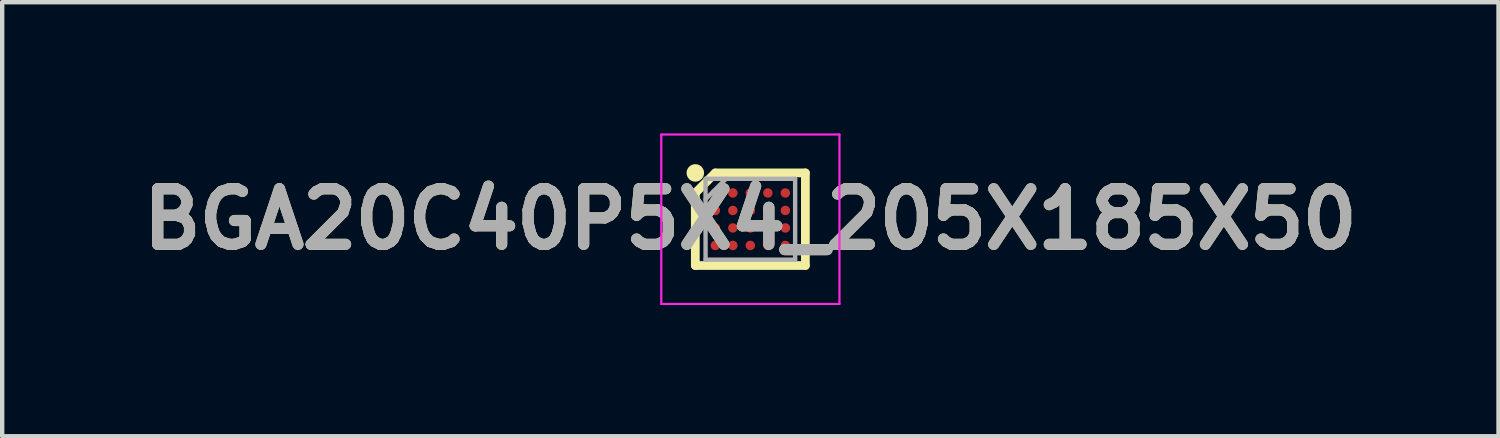
<source format=kicad_pcb>
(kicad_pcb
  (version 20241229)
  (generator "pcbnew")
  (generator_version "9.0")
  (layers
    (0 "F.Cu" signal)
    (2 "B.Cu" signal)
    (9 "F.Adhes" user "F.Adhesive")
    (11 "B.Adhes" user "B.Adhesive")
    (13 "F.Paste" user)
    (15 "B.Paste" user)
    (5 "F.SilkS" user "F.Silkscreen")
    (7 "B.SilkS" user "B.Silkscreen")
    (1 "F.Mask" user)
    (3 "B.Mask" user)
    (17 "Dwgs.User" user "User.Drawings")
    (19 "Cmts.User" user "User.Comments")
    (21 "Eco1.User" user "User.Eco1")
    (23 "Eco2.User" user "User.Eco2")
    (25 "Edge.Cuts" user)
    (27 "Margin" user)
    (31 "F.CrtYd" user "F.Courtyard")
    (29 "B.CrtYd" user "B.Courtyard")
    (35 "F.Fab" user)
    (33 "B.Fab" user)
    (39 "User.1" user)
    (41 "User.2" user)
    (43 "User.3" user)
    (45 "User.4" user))
  (footprint "BGA20C40P5X4_205X185X50"
    (layer "F.Cu")
    (at 14.103 1.961)
    (property "Reference" "BGA20C40P5X4_205X185X50" (at 0 0 0) (layer "F.SilkS") (effects (font (size 1.27 1.27) (thickness 0.254))))
    (attr smd)
    (fp_line (start -1.258 -0.6) (end -0.8 -1.058) (stroke (width 0.2) (type solid)) (layer "F.SilkS"))
    (fp_line (start -1.258 1.058) (end -1.258 -0.6) (stroke (width 0.2) (type solid)) (layer "F.SilkS"))
    (fp_line (start -0.8 -1.058) (end 1.258 -1.058) (stroke (width 0.2) (type solid)) (layer "F.SilkS"))
    (fp_line (start 1.258 -1.058) (end 1.258 1.058) (stroke (width 0.2) (type solid)) (layer "F.SilkS"))
    (fp_line (start 1.258 1.058) (end -1.258 1.058) (stroke (width 0.2) (type solid)) (layer "F.SilkS"))
    (fp_circle (center -1.258 -1.058) (end -1.258 -0.958) (stroke (width 0.2) (type solid)) (fill no) (layer "F.SilkS"))
    (fp_line (start -2.036 -1.936) (end 2.037 -1.936) (stroke (width 0.05) (type solid)) (layer "F.CrtYd"))
    (fp_line (start -2.036 1.937) (end -2.036 -1.936) (stroke (width 0.05) (type solid)) (layer "F.CrtYd"))
    (fp_line (start 2.037 -1.936) (end 2.037 1.937) (stroke (width 0.05) (type solid)) (layer "F.CrtYd"))
    (fp_line (start 2.037 1.937) (end -2.036 1.937) (stroke (width 0.05) (type solid)) (layer "F.CrtYd"))
    (fp_line (start -1.024 -0.924) (end 1.024 -0.924) (stroke (width 0.1) (type solid)) (layer "F.Fab"))
    (fp_line (start -1.024 -0.456) (end -0.556 -0.924) (stroke (width 0.1) (type solid)) (layer "F.Fab"))
    (fp_line (start -1.024 0.924) (end -1.024 -0.924) (stroke (width 0.1) (type solid)) (layer "F.Fab"))
    (fp_line (start 1.024 -0.924) (end 1.024 0.924) (stroke (width 0.1) (type solid)) (layer "F.Fab"))
    (fp_line (start 1.024 0.924) (end -1.024 0.924) (stroke (width 0.1) (type solid)) (layer "F.Fab"))
    (fp_text user "${REFERENCE}" (at 0 0 0) (layer "F.Fab") (effects (font (size 1.27 1.27) (thickness 0.254))))
    (pad "A1" smd circle (at -0.8 -0.6 90) (size 0.216 0.216) (layers "F.Cu" "F.Mask" "F.Paste"))
    (pad "A2" smd circle (at -0.4 -0.6 90) (size 0.216 0.216) (layers "F.Cu" "F.Mask" "F.Paste"))
    (pad "A3" smd circle (at 0 -0.6 90) (size 0.216 0.216) (layers "F.Cu" "F.Mask" "F.Paste"))
    (pad "A4" smd circle (at 0.4 -0.6 90) (size 0.216 0.216) (layers "F.Cu" "F.Mask" "F.Paste"))
    (pad "A5" smd circle (at 0.8 -0.6 90) (size 0.216 0.216) (layers "F.Cu" "F.Mask" "F.Paste"))
    (pad "B1" smd circle (at -0.8 -0.2 90) (size 0.216 0.216) (layers "F.Cu" "F.Mask" "F.Paste"))
    (pad "B2" smd circle (at -0.4 -0.2 90) (size 0.216 0.216) (layers "F.Cu" "F.Mask" "F.Paste"))
    (pad "B3" smd circle (at 0 -0.2 90) (size 0.216 0.216) (layers "F.Cu" "F.Mask" "F.Paste"))
    (pad "B4" smd circle (at 0.4 -0.2 90) (size 0.216 0.216) (layers "F.Cu" "F.Mask" "F.Paste"))
    (pad "B5" smd circle (at 0.8 -0.2 90) (size 0.216 0.216) (layers "F.Cu" "F.Mask" "F.Paste"))
    (pad "C1" smd circle (at -0.8 0.2 90) (size 0.216 0.216) (layers "F.Cu" "F.Mask" "F.Paste"))
    (pad "C2" smd circle (at -0.4 0.2 90) (size 0.216 0.216) (layers "F.Cu" "F.Mask" "F.Paste"))
    (pad "C3" smd circle (at 0 0.2 90) (size 0.216 0.216) (layers "F.Cu" "F.Mask" "F.Paste"))
    (pad "C4" smd circle (at 0.4 0.2 90) (size 0.216 0.216) (layers "F.Cu" "F.Mask" "F.Paste"))
    (pad "C5" smd circle (at 0.8 0.2 90) (size 0.216 0.216) (layers "F.Cu" "F.Mask" "F.Paste"))
    (pad "D1" smd circle (at -0.8 0.6 90) (size 0.216 0.216) (layers "F.Cu" "F.Mask" "F.Paste"))
    (pad "D2" smd circle (at -0.4 0.6 90) (size 0.216 0.216) (layers "F.Cu" "F.Mask" "F.Paste"))
    (pad "D3" smd circle (at 0 0.6 90) (size 0.216 0.216) (layers "F.Cu" "F.Mask" "F.Paste"))
    (pad "D4" smd circle (at 0.4 0.6 90) (size 0.216 0.216) (layers "F.Cu" "F.Mask" "F.Paste"))
    (pad "D5" smd circle (at 0.8 0.6 90) (size 0.216 0.216) (layers "F.Cu" "F.Mask" "F.Paste")))
  (gr_rect
    (start -3 -3)
    (end 31.206 6.923)
    (stroke (width 0.1) (type default))
    (fill no)
    (layer "Edge.Cuts")))
</source>
